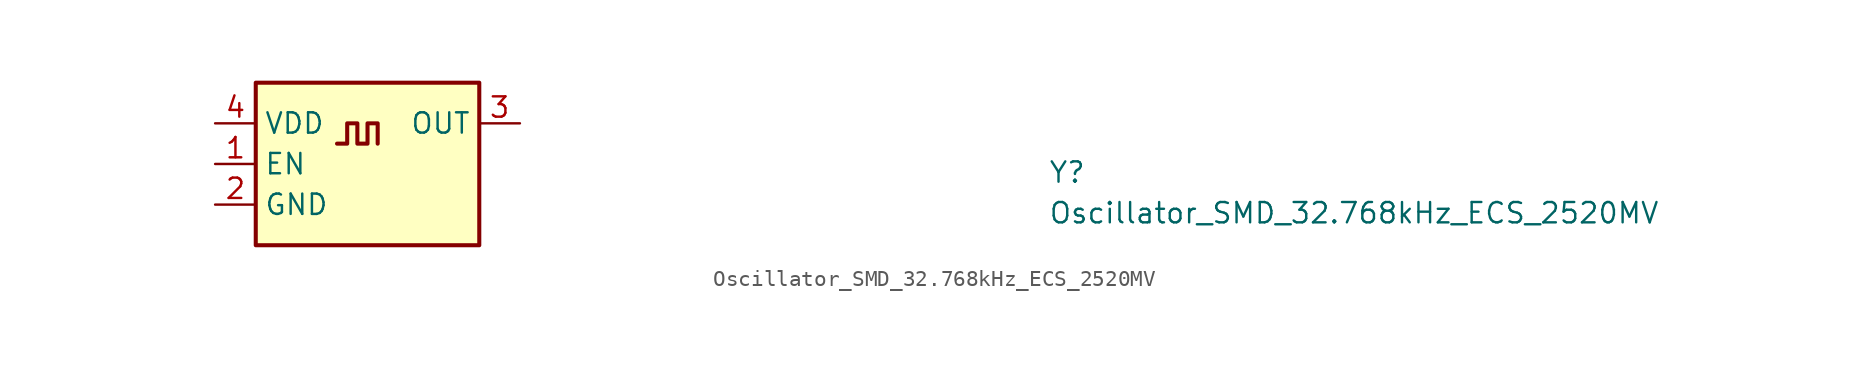
<source format=kicad_sym>
(kicad_symbol_lib
  (version 20211014)
  (generator kicad_symbol_editor)
  (symbol "Oscillator_SMD_32.768kHz_ECS_2520MV"
    (property "Reference" "Y"
      (at 52.07 -3.81 0)
      (effects (font (size 1.27 1.27) (thickness 0.15)) (justify left bottom)))
    (property "Value" "Oscillator_SMD_32.768kHz_ECS_2520MV"
      (at 52.07 -6.35 0)
      (effects (font (size 1.27 1.27) (thickness 0.15)) (justify left bottom)))
    (symbol "Oscillator_SMD_32.768kHz_ECS_2520MV_1_1"
      (polyline (pts (xy 7.62 -1.27) (xy 8.255 -1.27) (xy 8.255 0) (xy 8.89 0) (xy 8.89 -1.27) (xy 9.525 -1.27) (xy 9.525 0) (xy 10.16 0) (xy 10.16 -1.27)) (stroke (width 0.254) (type default) (color 0 0 0 0)) (fill (type background)))
      (rectangle (start 2.54 2.54) (end 16.51 -7.62) (stroke (width 0.254) (type default) (color 0 0 0 0)) (fill (type background)))
      (pin input line (at 0 -2.54 0) (length 2.54) (name "EN" (effects (font (size 1.27 1.27)))) (number "1" (effects (font (size 1.27 1.27)))))
      (pin power_in line (at 0 -5.08 0) (length 2.54) (name "GND" (effects (font (size 1.27 1.27)))) (number "2" (effects (font (size 1.27 1.27)))))
      (pin output line (at 19.05 0 180) (length 2.54) (name "OUT" (effects (font (size 1.27 1.27)))) (number "3" (effects (font (size 1.27 1.27)))))
      (pin power_in line (at 0 0 0) (length 2.54) (name "VDD" (effects (font (size 1.27 1.27)))) (number "4" (effects (font (size 1.27 1.27))))))))
</source>
